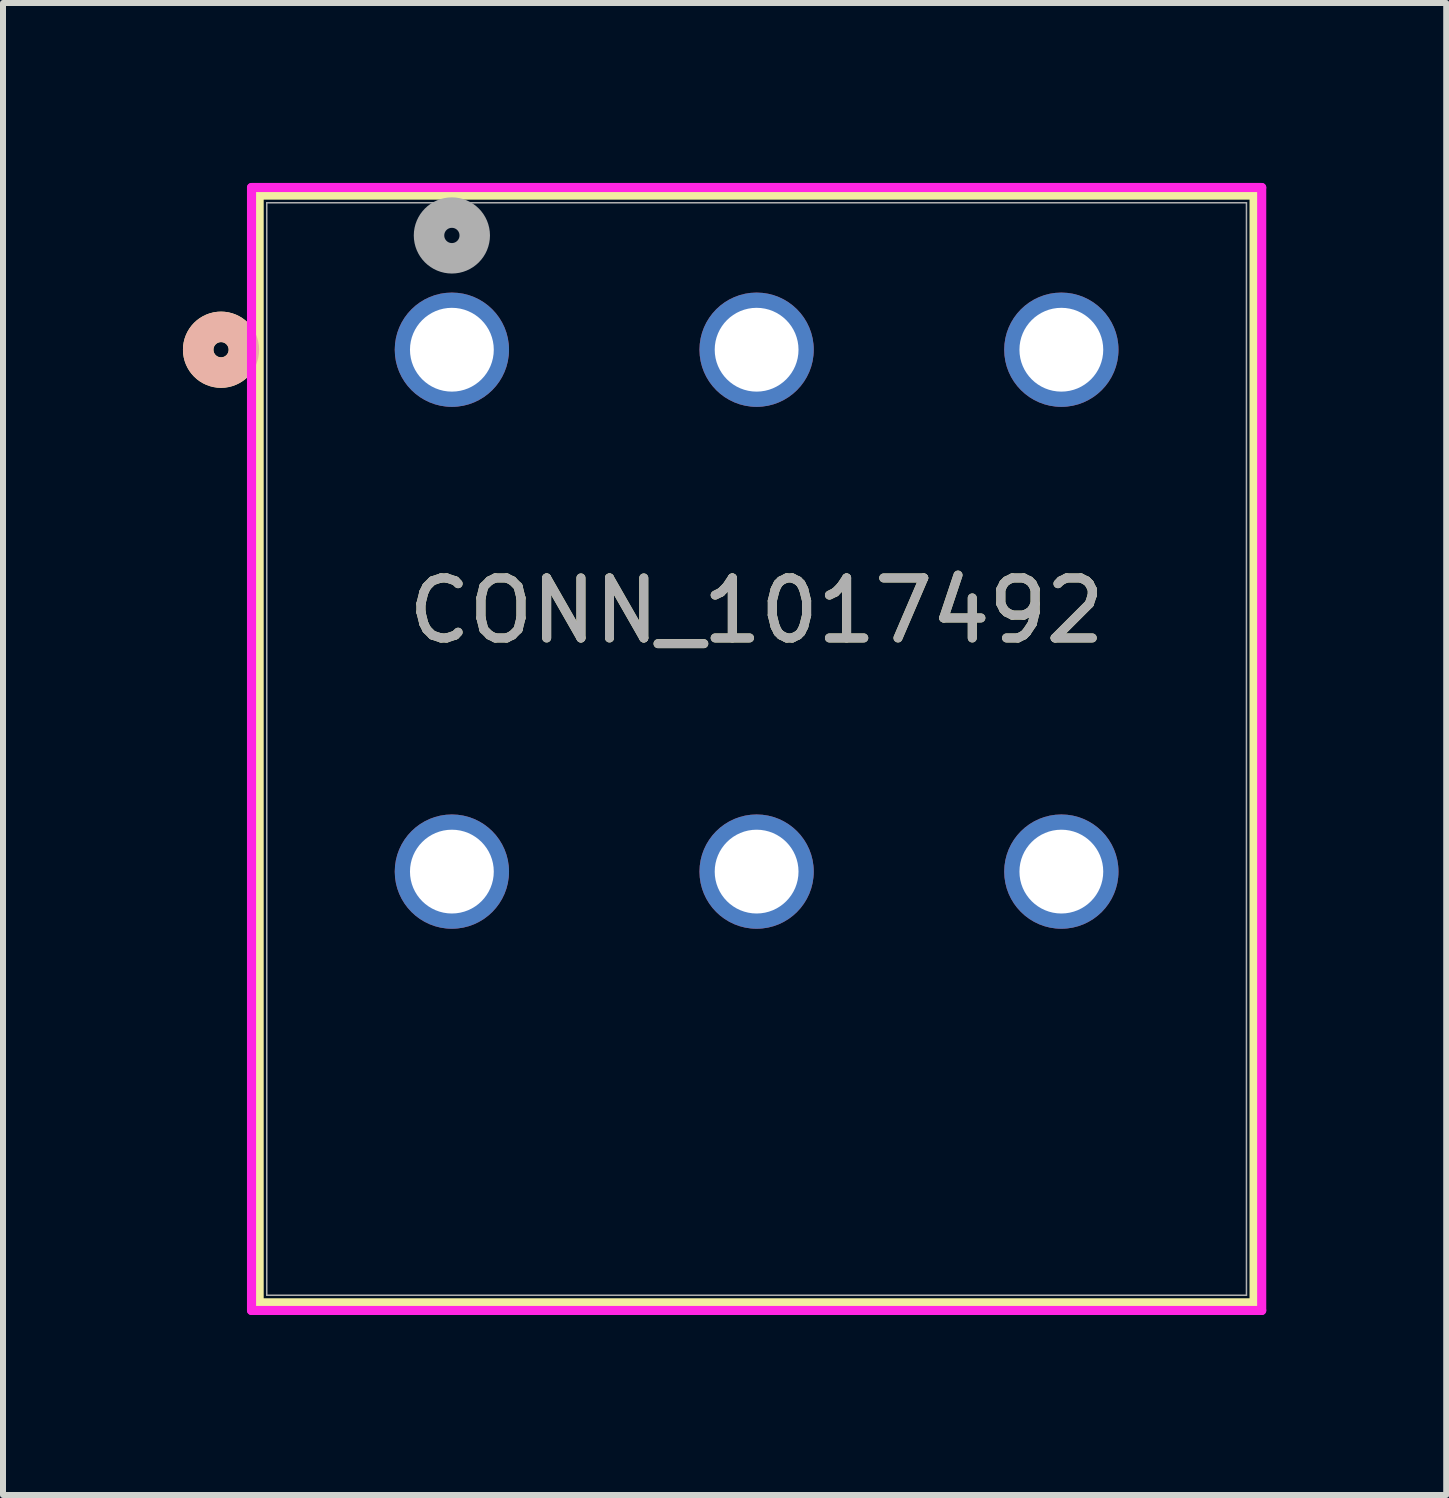
<source format=kicad_pcb>
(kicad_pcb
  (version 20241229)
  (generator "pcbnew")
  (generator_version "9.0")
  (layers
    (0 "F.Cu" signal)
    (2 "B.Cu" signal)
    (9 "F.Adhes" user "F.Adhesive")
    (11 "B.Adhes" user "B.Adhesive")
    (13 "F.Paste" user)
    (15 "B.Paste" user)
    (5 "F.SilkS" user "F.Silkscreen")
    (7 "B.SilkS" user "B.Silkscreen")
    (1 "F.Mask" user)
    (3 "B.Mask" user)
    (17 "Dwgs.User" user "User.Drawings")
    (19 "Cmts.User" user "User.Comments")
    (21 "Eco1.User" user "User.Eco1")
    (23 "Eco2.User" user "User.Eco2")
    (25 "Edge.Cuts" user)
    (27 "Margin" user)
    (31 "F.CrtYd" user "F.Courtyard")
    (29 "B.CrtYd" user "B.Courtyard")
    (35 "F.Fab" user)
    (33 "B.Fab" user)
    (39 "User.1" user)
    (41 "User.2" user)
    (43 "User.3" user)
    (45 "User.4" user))
  (footprint "CONN_1017492"
    (layer "F.Cu")
    (at 14.643 11.48)
    (property "Reference" "CONN_1017492" (at -5.08 -4.35 0) (unlocked yes) (layer "F.SilkS") (effects (font (size 1 1) (thickness 0.15))))
    (attr through_hole)
    (fp_line (start -13.373 -11.277) (end -13.373 7.189) (stroke (width 0.152) (type solid)) (layer "F.SilkS"))
    (fp_line (start -13.373 7.189) (end 3.213 7.189) (stroke (width 0.152) (type solid)) (layer "F.SilkS"))
    (fp_line (start 3.213 -11.277) (end -13.373 -11.277) (stroke (width 0.152) (type solid)) (layer "F.SilkS"))
    (fp_line (start 3.213 7.189) (end 3.213 -11.277) (stroke (width 0.152) (type solid)) (layer "F.SilkS"))
    (fp_circle (center -14.008 -8.7) (end -13.627 -8.7) (stroke (width 0.508) (type solid)) (fill no) (layer "F.SilkS"))
    (fp_circle (center -14.008 -8.7) (end -13.627 -8.7) (stroke (width 0.508) (type solid)) (fill no) (layer "B.SilkS"))
    (fp_line (start -13.5 -11.404) (end -13.5 7.316) (stroke (width 0.152) (type solid)) (layer "F.CrtYd"))
    (fp_line (start -13.5 7.316) (end 3.34 7.316) (stroke (width 0.152) (type solid)) (layer "F.CrtYd"))
    (fp_line (start 3.34 -11.404) (end -13.5 -11.404) (stroke (width 0.152) (type solid)) (layer "F.CrtYd"))
    (fp_line (start 3.34 7.316) (end 3.34 -11.404) (stroke (width 0.152) (type solid)) (layer "F.CrtYd"))
    (fp_line (start -13.246 -11.15) (end -13.246 7.062) (stroke (width 0.025) (type solid)) (layer "F.Fab"))
    (fp_line (start -13.246 7.062) (end 3.086 7.062) (stroke (width 0.025) (type solid)) (layer "F.Fab"))
    (fp_line (start 3.086 -11.15) (end -13.246 -11.15) (stroke (width 0.025) (type solid)) (layer "F.Fab"))
    (fp_line (start 3.086 7.062) (end 3.086 -11.15) (stroke (width 0.025) (type solid)) (layer "F.Fab"))
    (fp_circle (center -10.16 -10.605) (end -9.779 -10.605) (stroke (width 0.508) (type solid)) (fill no) (layer "F.Fab"))
    (fp_text user "${REFERENCE}" (at -5.08 -4.35 0) (unlocked yes) (layer "F.Fab") (effects (font (size 1 1) (thickness 0.15))))
    (pad "1" thru_hole circle (at -10.16 -8.7) (size 1.905 1.905) (drill 1.397) (layers "*.Cu" "*.Mask"))
    (pad "2" thru_hole circle (at -10.16 0) (size 1.905 1.905) (drill 1.397) (layers "*.Cu" "*.Mask"))
    (pad "3" thru_hole circle (at -5.08 -8.7) (size 1.905 1.905) (drill 1.397) (layers "*.Cu" "*.Mask"))
    (pad "4" thru_hole circle (at -5.08 0) (size 1.905 1.905) (drill 1.397) (layers "*.Cu" "*.Mask"))
    (pad "5" thru_hole circle (at 0 -8.7) (size 1.905 1.905) (drill 1.397) (layers "*.Cu" "*.Mask"))
    (pad "6" thru_hole circle (at 0 0) (size 1.905 1.905) (drill 1.397) (layers "*.Cu" "*.Mask")))
  (gr_rect
    (start -3 -3)
    (end 21.059 21.872)
    (stroke (width 0.1) (type default))
    (fill no)
    (layer "Edge.Cuts")))
</source>
